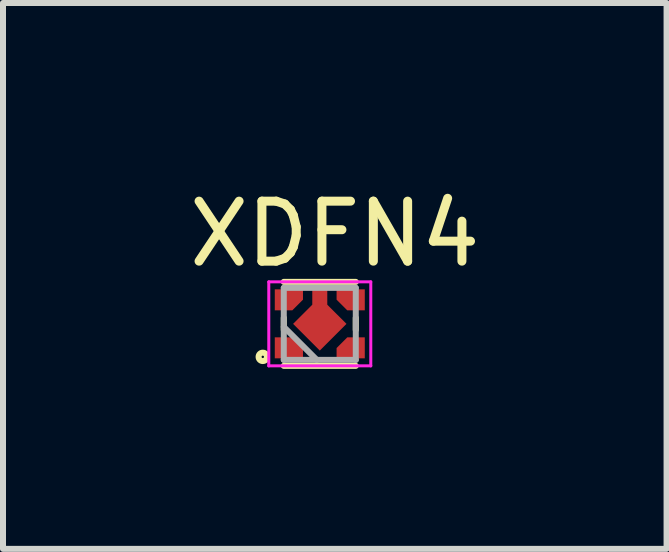
<source format=kicad_pcb>
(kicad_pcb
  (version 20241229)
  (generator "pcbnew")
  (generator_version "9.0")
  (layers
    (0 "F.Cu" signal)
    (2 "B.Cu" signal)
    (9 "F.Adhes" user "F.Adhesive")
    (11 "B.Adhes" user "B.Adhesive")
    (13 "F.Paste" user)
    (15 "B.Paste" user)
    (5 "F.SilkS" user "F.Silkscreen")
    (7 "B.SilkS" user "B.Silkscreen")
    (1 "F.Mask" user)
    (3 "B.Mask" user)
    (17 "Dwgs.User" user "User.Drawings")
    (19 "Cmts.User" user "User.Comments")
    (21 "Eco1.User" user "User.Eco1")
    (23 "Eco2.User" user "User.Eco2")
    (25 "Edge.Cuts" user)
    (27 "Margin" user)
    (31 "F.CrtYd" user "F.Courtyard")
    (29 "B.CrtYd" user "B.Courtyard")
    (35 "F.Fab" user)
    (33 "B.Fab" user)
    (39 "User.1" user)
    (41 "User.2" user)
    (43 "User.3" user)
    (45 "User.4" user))
  (footprint "XDFN4"
    (layer "F.Cu")
    (at 2.28 2.348)
    (property "Reference" "XDFN4" (at 0.25 -1.5 0) (layer "F.SilkS") (effects (font (size 1 1) (thickness 0.15))))
    (attr through_hole)
    (fp_line (start -0.6 -0.1) (end -0.6 0.1) (stroke (width 0.1) (type solid)) (layer "F.SilkS"))
    (fp_line (start -0.6 0.7) (end 0.6 0.7) (stroke (width 0.1) (type solid)) (layer "F.SilkS"))
    (fp_line (start 0.6 -0.7) (end -0.6 -0.7) (stroke (width 0.1) (type solid)) (layer "F.SilkS"))
    (fp_line (start 0.6 -0.1) (end 0.6 0.1) (stroke (width 0.1) (type solid)) (layer "F.SilkS"))
    (fp_circle (center -0.95 0.55) (end -0.93 0.55) (stroke (width 0.1) (type solid)) (fill no) (layer "F.SilkS"))
    (fp_line (start -0.85 -0.7) (end 0.85 -0.7) (stroke (width 0.05) (type solid)) (layer "F.CrtYd"))
    (fp_line (start -0.85 0.7) (end -0.85 -0.7) (stroke (width 0.05) (type solid)) (layer "F.CrtYd"))
    (fp_line (start 0.85 -0.7) (end 0.85 0.7) (stroke (width 0.05) (type solid)) (layer "F.CrtYd"))
    (fp_line (start 0.85 0.7) (end -0.85 0.7) (stroke (width 0.05) (type solid)) (layer "F.CrtYd"))
    (fp_line (start -0.6 -0.6) (end 0.6 -0.6) (stroke (width 0.1) (type solid)) (layer "F.Fab"))
    (fp_line (start -0.6 0.6) (end -0.6 -0.6) (stroke (width 0.1) (type solid)) (layer "F.Fab"))
    (fp_line (start -0.05 0.6) (end -0.6 0.05) (stroke (width 0.1) (type solid)) (layer "F.Fab"))
    (fp_line (start 0.6 -0.6) (end 0.6 0.6) (stroke (width 0.1) (type solid)) (layer "F.Fab"))
    (fp_line (start 0.6 0.6) (end -0.6 0.6) (stroke (width 0.1) (type solid)) (layer "F.Fab"))
    (pad "1" smd custom (at -0.6 0.4) (size 0.1 0.1) (layers "F.Cu" "F.Mask" "F.Paste") (options (anchor rect)) (primitives (gr_poly (pts (xy -0.15 0.175) (xy 0.32 0.175) (xy 0.32 0.003) (xy 0.142 -0.175) (xy -0.15 -0.175)) (width 0) (fill yes))))
    (pad "2" smd custom (at 0.6 0.4) (size 0.1 0.1) (layers "F.Cu" "F.Mask" "F.Paste") (options (anchor rect)) (primitives (gr_poly (pts (xy 0.15 0.175) (xy -0.32 0.175) (xy -0.32 0.003) (xy -0.142 -0.175) (xy 0.15 -0.175)) (width 0) (fill yes))))
    (pad "3" smd custom (at 0.6 -0.4) (size 0.1 0.1) (layers "F.Cu" "F.Mask" "F.Paste") (options (anchor rect)) (primitives (gr_poly (pts (xy 0.15 -0.175) (xy -0.32 -0.175) (xy -0.32 -0.003) (xy -0.142 0.175) (xy 0.15 0.175)) (width 0) (fill yes))))
    (pad "4" smd custom (at -0.6 -0.4) (size 0.1 0.1) (layers "F.Cu" "F.Mask" "F.Paste") (options (anchor rect)) (primitives (gr_poly (pts (xy -0.15 -0.175) (xy 0.32 -0.175) (xy 0.32 -0.003) (xy 0.142 0.175) (xy -0.15 0.175)) (width 0) (fill yes))))
    (pad "5" smd custom (at 0 -0.5) (size 0.25 0.2) (layers "F.Cu" "F.Mask" "F.Paste") (options (anchor rect)) (primitives (gr_poly (pts (xy 0.125 -0.1) (xy -0.125 -0.1) (xy -0.125 0.8) (xy 0.125 0.8)) (width 0) (fill yes)) (gr_poly (pts (xy 0.445 0.5) (xy 0 0.945) (xy -0.445 0.5) (xy 0 0.056)) (width 0) (fill yes)))))
  (gr_rect
    (start -3 -3)
    (end 8.06 6.098)
    (stroke (width 0.1) (type default))
    (fill no)
    (layer "Edge.Cuts")))
</source>
